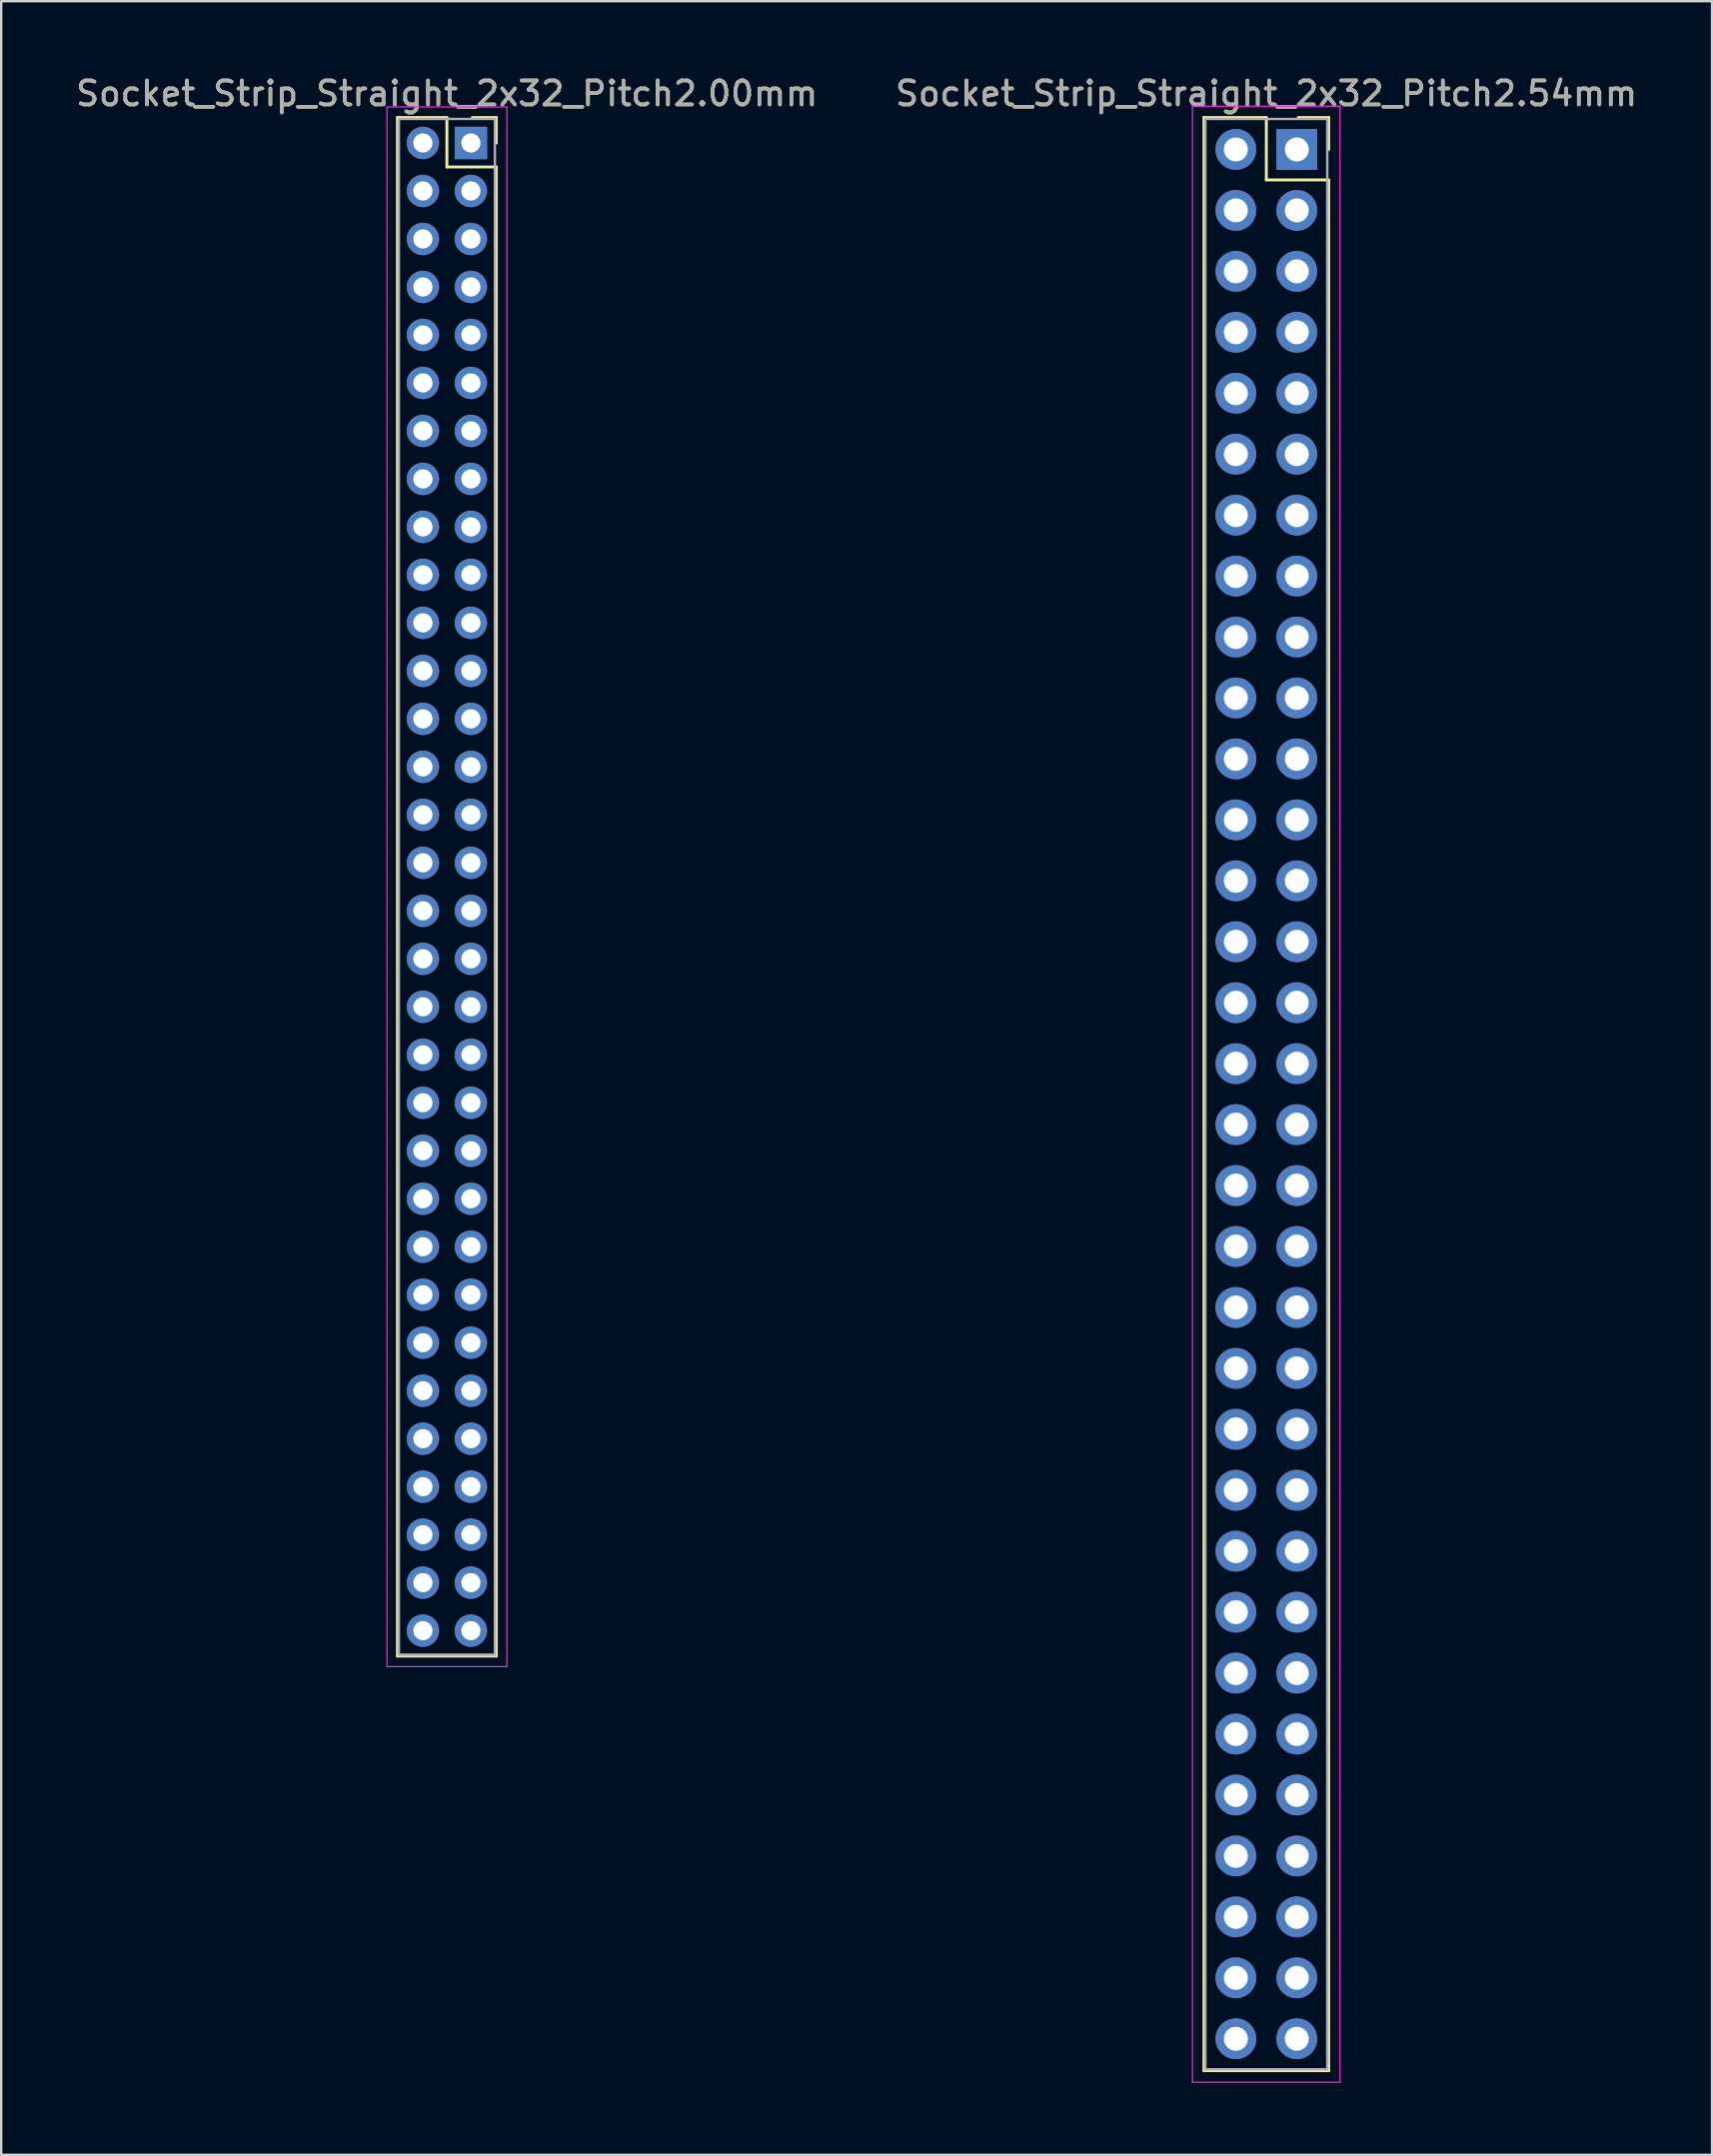
<source format=kicad_pcb>
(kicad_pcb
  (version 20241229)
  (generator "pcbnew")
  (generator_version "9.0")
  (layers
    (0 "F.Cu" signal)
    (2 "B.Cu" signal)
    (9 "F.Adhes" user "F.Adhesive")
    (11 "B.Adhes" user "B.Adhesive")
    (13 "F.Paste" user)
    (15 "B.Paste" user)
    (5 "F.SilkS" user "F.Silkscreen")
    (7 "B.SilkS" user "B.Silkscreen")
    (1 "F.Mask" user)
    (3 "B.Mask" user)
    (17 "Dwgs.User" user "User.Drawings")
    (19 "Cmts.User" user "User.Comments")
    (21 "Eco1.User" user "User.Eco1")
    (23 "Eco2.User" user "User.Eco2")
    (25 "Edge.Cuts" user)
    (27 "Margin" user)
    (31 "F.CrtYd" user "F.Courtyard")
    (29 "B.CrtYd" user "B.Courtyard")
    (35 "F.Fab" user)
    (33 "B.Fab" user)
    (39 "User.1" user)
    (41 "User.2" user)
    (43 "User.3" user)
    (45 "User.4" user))
  (footprint "Socket_Strip_Straight_2x32_Pitch2.54mm"
    (layer "F.Cu")
    (at 51.002 3.178)
    (property "Reference" "Socket_Strip_Straight_2x32_Pitch2.54mm" (at -1.27 -2.33 0) (layer "F.SilkS") (effects (font (size 1 1) (thickness 0.15))))
    (attr through_hole)
    (fp_line (start -3.87 -1.33) (end -1.27 -1.33) (stroke (width 0.12) (type solid)) (layer "F.SilkS"))
    (fp_line (start -3.87 80.07) (end -3.87 -1.33) (stroke (width 0.12) (type solid)) (layer "F.SilkS"))
    (fp_line (start -1.27 -1.33) (end -1.27 1.27) (stroke (width 0.12) (type solid)) (layer "F.SilkS"))
    (fp_line (start -1.27 1.27) (end 1.33 1.27) (stroke (width 0.12) (type solid)) (layer "F.SilkS"))
    (fp_line (start 1.33 -1.33) (end 0.06 -1.33) (stroke (width 0.12) (type solid)) (layer "F.SilkS"))
    (fp_line (start 1.33 0) (end 1.33 -1.33) (stroke (width 0.12) (type solid)) (layer "F.SilkS"))
    (fp_line (start 1.33 1.27) (end 1.33 80.07) (stroke (width 0.12) (type solid)) (layer "F.SilkS"))
    (fp_line (start 1.33 80.07) (end -3.87 80.07) (stroke (width 0.12) (type solid)) (layer "F.SilkS"))
    (fp_line (start -4.35 -1.8) (end -4.35 80.55) (stroke (width 0.05) (type solid)) (layer "F.CrtYd"))
    (fp_line (start -4.35 80.55) (end 1.8 80.55) (stroke (width 0.05) (type solid)) (layer "F.CrtYd"))
    (fp_line (start 1.8 -1.8) (end -4.35 -1.8) (stroke (width 0.05) (type solid)) (layer "F.CrtYd"))
    (fp_line (start 1.8 80.55) (end 1.8 -1.8) (stroke (width 0.05) (type solid)) (layer "F.CrtYd"))
    (fp_line (start -3.81 -1.27) (end -3.81 80.01) (stroke (width 0.1) (type solid)) (layer "F.Fab"))
    (fp_line (start -3.81 80.01) (end 1.27 80.01) (stroke (width 0.1) (type solid)) (layer "F.Fab"))
    (fp_line (start 1.27 -1.27) (end -3.81 -1.27) (stroke (width 0.1) (type solid)) (layer "F.Fab"))
    (fp_line (start 1.27 80.01) (end 1.27 -1.27) (stroke (width 0.1) (type solid)) (layer "F.Fab"))
    (fp_text user "${REFERENCE}" (at -1.27 -2.33 0) (layer "F.Fab") (effects (font (size 1 1) (thickness 0.15))))
    (pad "1" thru_hole rect (at 0 0) (size 1.7 1.7) (drill 1) (layers "*.Cu" "*.Mask"))
    (pad "2" thru_hole oval (at -2.54 0) (size 1.7 1.7) (drill 1) (layers "*.Cu" "*.Mask"))
    (pad "3" thru_hole oval (at 0 2.54) (size 1.7 1.7) (drill 1) (layers "*.Cu" "*.Mask"))
    (pad "4" thru_hole oval (at -2.54 2.54) (size 1.7 1.7) (drill 1) (layers "*.Cu" "*.Mask"))
    (pad "5" thru_hole oval (at 0 5.08) (size 1.7 1.7) (drill 1) (layers "*.Cu" "*.Mask"))
    (pad "6" thru_hole oval (at -2.54 5.08) (size 1.7 1.7) (drill 1) (layers "*.Cu" "*.Mask"))
    (pad "7" thru_hole oval (at 0 7.62) (size 1.7 1.7) (drill 1) (layers "*.Cu" "*.Mask"))
    (pad "8" thru_hole oval (at -2.54 7.62) (size 1.7 1.7) (drill 1) (layers "*.Cu" "*.Mask"))
    (pad "9" thru_hole oval (at 0 10.16) (size 1.7 1.7) (drill 1) (layers "*.Cu" "*.Mask"))
    (pad "10" thru_hole oval (at -2.54 10.16) (size 1.7 1.7) (drill 1) (layers "*.Cu" "*.Mask"))
    (pad "11" thru_hole oval (at 0 12.7) (size 1.7 1.7) (drill 1) (layers "*.Cu" "*.Mask"))
    (pad "12" thru_hole oval (at -2.54 12.7) (size 1.7 1.7) (drill 1) (layers "*.Cu" "*.Mask"))
    (pad "13" thru_hole oval (at 0 15.24) (size 1.7 1.7) (drill 1) (layers "*.Cu" "*.Mask"))
    (pad "14" thru_hole oval (at -2.54 15.24) (size 1.7 1.7) (drill 1) (layers "*.Cu" "*.Mask"))
    (pad "15" thru_hole oval (at 0 17.78) (size 1.7 1.7) (drill 1) (layers "*.Cu" "*.Mask"))
    (pad "16" thru_hole oval (at -2.54 17.78) (size 1.7 1.7) (drill 1) (layers "*.Cu" "*.Mask"))
    (pad "17" thru_hole oval (at 0 20.32) (size 1.7 1.7) (drill 1) (layers "*.Cu" "*.Mask"))
    (pad "18" thru_hole oval (at -2.54 20.32) (size 1.7 1.7) (drill 1) (layers "*.Cu" "*.Mask"))
    (pad "19" thru_hole oval (at 0 22.86) (size 1.7 1.7) (drill 1) (layers "*.Cu" "*.Mask"))
    (pad "20" thru_hole oval (at -2.54 22.86) (size 1.7 1.7) (drill 1) (layers "*.Cu" "*.Mask"))
    (pad "21" thru_hole oval (at 0 25.4) (size 1.7 1.7) (drill 1) (layers "*.Cu" "*.Mask"))
    (pad "22" thru_hole oval (at -2.54 25.4) (size 1.7 1.7) (drill 1) (layers "*.Cu" "*.Mask"))
    (pad "23" thru_hole oval (at 0 27.94) (size 1.7 1.7) (drill 1) (layers "*.Cu" "*.Mask"))
    (pad "24" thru_hole oval (at -2.54 27.94) (size 1.7 1.7) (drill 1) (layers "*.Cu" "*.Mask"))
    (pad "25" thru_hole oval (at 0 30.48) (size 1.7 1.7) (drill 1) (layers "*.Cu" "*.Mask"))
    (pad "26" thru_hole oval (at -2.54 30.48) (size 1.7 1.7) (drill 1) (layers "*.Cu" "*.Mask"))
    (pad "27" thru_hole oval (at 0 33.02) (size 1.7 1.7) (drill 1) (layers "*.Cu" "*.Mask"))
    (pad "28" thru_hole oval (at -2.54 33.02) (size 1.7 1.7) (drill 1) (layers "*.Cu" "*.Mask"))
    (pad "29" thru_hole oval (at 0 35.56) (size 1.7 1.7) (drill 1) (layers "*.Cu" "*.Mask"))
    (pad "30" thru_hole oval (at -2.54 35.56) (size 1.7 1.7) (drill 1) (layers "*.Cu" "*.Mask"))
    (pad "31" thru_hole oval (at 0 38.1) (size 1.7 1.7) (drill 1) (layers "*.Cu" "*.Mask"))
    (pad "32" thru_hole oval (at -2.54 38.1) (size 1.7 1.7) (drill 1) (layers "*.Cu" "*.Mask"))
    (pad "33" thru_hole oval (at 0 40.64) (size 1.7 1.7) (drill 1) (layers "*.Cu" "*.Mask"))
    (pad "34" thru_hole oval (at -2.54 40.64) (size 1.7 1.7) (drill 1) (layers "*.Cu" "*.Mask"))
    (pad "35" thru_hole oval (at 0 43.18) (size 1.7 1.7) (drill 1) (layers "*.Cu" "*.Mask"))
    (pad "36" thru_hole oval (at -2.54 43.18) (size 1.7 1.7) (drill 1) (layers "*.Cu" "*.Mask"))
    (pad "37" thru_hole oval (at 0 45.72) (size 1.7 1.7) (drill 1) (layers "*.Cu" "*.Mask"))
    (pad "38" thru_hole oval (at -2.54 45.72) (size 1.7 1.7) (drill 1) (layers "*.Cu" "*.Mask"))
    (pad "39" thru_hole oval (at 0 48.26) (size 1.7 1.7) (drill 1) (layers "*.Cu" "*.Mask"))
    (pad "40" thru_hole oval (at -2.54 48.26) (size 1.7 1.7) (drill 1) (layers "*.Cu" "*.Mask"))
    (pad "41" thru_hole oval (at 0 50.8) (size 1.7 1.7) (drill 1) (layers "*.Cu" "*.Mask"))
    (pad "42" thru_hole oval (at -2.54 50.8) (size 1.7 1.7) (drill 1) (layers "*.Cu" "*.Mask"))
    (pad "43" thru_hole oval (at 0 53.34) (size 1.7 1.7) (drill 1) (layers "*.Cu" "*.Mask"))
    (pad "44" thru_hole oval (at -2.54 53.34) (size 1.7 1.7) (drill 1) (layers "*.Cu" "*.Mask"))
    (pad "45" thru_hole oval (at 0 55.88) (size 1.7 1.7) (drill 1) (layers "*.Cu" "*.Mask"))
    (pad "46" thru_hole oval (at -2.54 55.88) (size 1.7 1.7) (drill 1) (layers "*.Cu" "*.Mask"))
    (pad "47" thru_hole oval (at 0 58.42) (size 1.7 1.7) (drill 1) (layers "*.Cu" "*.Mask"))
    (pad "48" thru_hole oval (at -2.54 58.42) (size 1.7 1.7) (drill 1) (layers "*.Cu" "*.Mask"))
    (pad "49" thru_hole oval (at 0 60.96) (size 1.7 1.7) (drill 1) (layers "*.Cu" "*.Mask"))
    (pad "50" thru_hole oval (at -2.54 60.96) (size 1.7 1.7) (drill 1) (layers "*.Cu" "*.Mask"))
    (pad "51" thru_hole oval (at 0 63.5) (size 1.7 1.7) (drill 1) (layers "*.Cu" "*.Mask"))
    (pad "52" thru_hole oval (at -2.54 63.5) (size 1.7 1.7) (drill 1) (layers "*.Cu" "*.Mask"))
    (pad "53" thru_hole oval (at 0 66.04) (size 1.7 1.7) (drill 1) (layers "*.Cu" "*.Mask"))
    (pad "54" thru_hole oval (at -2.54 66.04) (size 1.7 1.7) (drill 1) (layers "*.Cu" "*.Mask"))
    (pad "55" thru_hole oval (at 0 68.58) (size 1.7 1.7) (drill 1) (layers "*.Cu" "*.Mask"))
    (pad "56" thru_hole oval (at -2.54 68.58) (size 1.7 1.7) (drill 1) (layers "*.Cu" "*.Mask"))
    (pad "57" thru_hole oval (at 0 71.12) (size 1.7 1.7) (drill 1) (layers "*.Cu" "*.Mask"))
    (pad "58" thru_hole oval (at -2.54 71.12) (size 1.7 1.7) (drill 1) (layers "*.Cu" "*.Mask"))
    (pad "59" thru_hole oval (at 0 73.66) (size 1.7 1.7) (drill 1) (layers "*.Cu" "*.Mask"))
    (pad "60" thru_hole oval (at -2.54 73.66) (size 1.7 1.7) (drill 1) (layers "*.Cu" "*.Mask"))
    (pad "61" thru_hole oval (at 0 76.2) (size 1.7 1.7) (drill 1) (layers "*.Cu" "*.Mask"))
    (pad "62" thru_hole oval (at -2.54 76.2) (size 1.7 1.7) (drill 1) (layers "*.Cu" "*.Mask"))
    (pad "63" thru_hole oval (at 0 78.74) (size 1.7 1.7) (drill 1) (layers "*.Cu" "*.Mask"))
    (pad "64" thru_hole oval (at -2.54 78.74) (size 1.7 1.7) (drill 1) (layers "*.Cu" "*.Mask")))
  (footprint "Socket_Strip_Straight_2x32_Pitch2.00mm"
    (layer "F.Cu")
    (at 16.577 2.908)
    (property "Reference" "Socket_Strip_Straight_2x32_Pitch2.00mm" (at -1 -2.06 0) (layer "F.SilkS") (effects (font (size 1 1) (thickness 0.15))))
    (attr through_hole)
    (fp_line (start -3.06 -1.06) (end -1 -1.06) (stroke (width 0.12) (type solid)) (layer "F.SilkS"))
    (fp_line (start -3.06 63.06) (end -3.06 -1.06) (stroke (width 0.12) (type solid)) (layer "F.SilkS"))
    (fp_line (start -1 -1.06) (end -1 1) (stroke (width 0.12) (type solid)) (layer "F.SilkS"))
    (fp_line (start -1 1) (end 1.06 1) (stroke (width 0.12) (type solid)) (layer "F.SilkS"))
    (fp_line (start 1.06 -1.06) (end 0.06 -1.06) (stroke (width 0.12) (type solid)) (layer "F.SilkS"))
    (fp_line (start 1.06 0) (end 1.06 -1.06) (stroke (width 0.12) (type solid)) (layer "F.SilkS"))
    (fp_line (start 1.06 1) (end 1.06 63.06) (stroke (width 0.12) (type solid)) (layer "F.SilkS"))
    (fp_line (start 1.06 63.06) (end -3.06 63.06) (stroke (width 0.12) (type solid)) (layer "F.SilkS"))
    (fp_line (start -3.5 -1.5) (end -3.5 63.5) (stroke (width 0.05) (type solid)) (layer "F.CrtYd"))
    (fp_line (start -3.5 63.5) (end 1.5 63.5) (stroke (width 0.05) (type solid)) (layer "F.CrtYd"))
    (fp_line (start 1.5 -1.5) (end -3.5 -1.5) (stroke (width 0.05) (type solid)) (layer "F.CrtYd"))
    (fp_line (start 1.5 63.5) (end 1.5 -1.5) (stroke (width 0.05) (type solid)) (layer "F.CrtYd"))
    (fp_line (start -3 -1) (end -3 63) (stroke (width 0.1) (type solid)) (layer "F.Fab"))
    (fp_line (start -3 63) (end 1 63) (stroke (width 0.1) (type solid)) (layer "F.Fab"))
    (fp_line (start 1 -1) (end -3 -1) (stroke (width 0.1) (type solid)) (layer "F.Fab"))
    (fp_line (start 1 63) (end 1 -1) (stroke (width 0.1) (type solid)) (layer "F.Fab"))
    (fp_text user "${REFERENCE}" (at -1 -2.06 0) (layer "F.Fab") (effects (font (size 1 1) (thickness 0.15))))
    (pad "1" thru_hole rect (at 0 0) (size 1.35 1.35) (drill 0.8) (layers "*.Cu" "*.Mask"))
    (pad "2" thru_hole oval (at -2 0) (size 1.35 1.35) (drill 0.8) (layers "*.Cu" "*.Mask"))
    (pad "3" thru_hole oval (at 0 2) (size 1.35 1.35) (drill 0.8) (layers "*.Cu" "*.Mask"))
    (pad "4" thru_hole oval (at -2 2) (size 1.35 1.35) (drill 0.8) (layers "*.Cu" "*.Mask"))
    (pad "5" thru_hole oval (at 0 4) (size 1.35 1.35) (drill 0.8) (layers "*.Cu" "*.Mask"))
    (pad "6" thru_hole oval (at -2 4) (size 1.35 1.35) (drill 0.8) (layers "*.Cu" "*.Mask"))
    (pad "7" thru_hole oval (at 0 6) (size 1.35 1.35) (drill 0.8) (layers "*.Cu" "*.Mask"))
    (pad "8" thru_hole oval (at -2 6) (size 1.35 1.35) (drill 0.8) (layers "*.Cu" "*.Mask"))
    (pad "9" thru_hole oval (at 0 8) (size 1.35 1.35) (drill 0.8) (layers "*.Cu" "*.Mask"))
    (pad "10" thru_hole oval (at -2 8) (size 1.35 1.35) (drill 0.8) (layers "*.Cu" "*.Mask"))
    (pad "11" thru_hole oval (at 0 10) (size 1.35 1.35) (drill 0.8) (layers "*.Cu" "*.Mask"))
    (pad "12" thru_hole oval (at -2 10) (size 1.35 1.35) (drill 0.8) (layers "*.Cu" "*.Mask"))
    (pad "13" thru_hole oval (at 0 12) (size 1.35 1.35) (drill 0.8) (layers "*.Cu" "*.Mask"))
    (pad "14" thru_hole oval (at -2 12) (size 1.35 1.35) (drill 0.8) (layers "*.Cu" "*.Mask"))
    (pad "15" thru_hole oval (at 0 14) (size 1.35 1.35) (drill 0.8) (layers "*.Cu" "*.Mask"))
    (pad "16" thru_hole oval (at -2 14) (size 1.35 1.35) (drill 0.8) (layers "*.Cu" "*.Mask"))
    (pad "17" thru_hole oval (at 0 16) (size 1.35 1.35) (drill 0.8) (layers "*.Cu" "*.Mask"))
    (pad "18" thru_hole oval (at -2 16) (size 1.35 1.35) (drill 0.8) (layers "*.Cu" "*.Mask"))
    (pad "19" thru_hole oval (at 0 18) (size 1.35 1.35) (drill 0.8) (layers "*.Cu" "*.Mask"))
    (pad "20" thru_hole oval (at -2 18) (size 1.35 1.35) (drill 0.8) (layers "*.Cu" "*.Mask"))
    (pad "21" thru_hole oval (at 0 20) (size 1.35 1.35) (drill 0.8) (layers "*.Cu" "*.Mask"))
    (pad "22" thru_hole oval (at -2 20) (size 1.35 1.35) (drill 0.8) (layers "*.Cu" "*.Mask"))
    (pad "23" thru_hole oval (at 0 22) (size 1.35 1.35) (drill 0.8) (layers "*.Cu" "*.Mask"))
    (pad "24" thru_hole oval (at -2 22) (size 1.35 1.35) (drill 0.8) (layers "*.Cu" "*.Mask"))
    (pad "25" thru_hole oval (at 0 24) (size 1.35 1.35) (drill 0.8) (layers "*.Cu" "*.Mask"))
    (pad "26" thru_hole oval (at -2 24) (size 1.35 1.35) (drill 0.8) (layers "*.Cu" "*.Mask"))
    (pad "27" thru_hole oval (at 0 26) (size 1.35 1.35) (drill 0.8) (layers "*.Cu" "*.Mask"))
    (pad "28" thru_hole oval (at -2 26) (size 1.35 1.35) (drill 0.8) (layers "*.Cu" "*.Mask"))
    (pad "29" thru_hole oval (at 0 28) (size 1.35 1.35) (drill 0.8) (layers "*.Cu" "*.Mask"))
    (pad "30" thru_hole oval (at -2 28) (size 1.35 1.35) (drill 0.8) (layers "*.Cu" "*.Mask"))
    (pad "31" thru_hole oval (at 0 30) (size 1.35 1.35) (drill 0.8) (layers "*.Cu" "*.Mask"))
    (pad "32" thru_hole oval (at -2 30) (size 1.35 1.35) (drill 0.8) (layers "*.Cu" "*.Mask"))
    (pad "33" thru_hole oval (at 0 32) (size 1.35 1.35) (drill 0.8) (layers "*.Cu" "*.Mask"))
    (pad "34" thru_hole oval (at -2 32) (size 1.35 1.35) (drill 0.8) (layers "*.Cu" "*.Mask"))
    (pad "35" thru_hole oval (at 0 34) (size 1.35 1.35) (drill 0.8) (layers "*.Cu" "*.Mask"))
    (pad "36" thru_hole oval (at -2 34) (size 1.35 1.35) (drill 0.8) (layers "*.Cu" "*.Mask"))
    (pad "37" thru_hole oval (at 0 36) (size 1.35 1.35) (drill 0.8) (layers "*.Cu" "*.Mask"))
    (pad "38" thru_hole oval (at -2 36) (size 1.35 1.35) (drill 0.8) (layers "*.Cu" "*.Mask"))
    (pad "39" thru_hole oval (at 0 38) (size 1.35 1.35) (drill 0.8) (layers "*.Cu" "*.Mask"))
    (pad "40" thru_hole oval (at -2 38) (size 1.35 1.35) (drill 0.8) (layers "*.Cu" "*.Mask"))
    (pad "41" thru_hole oval (at 0 40) (size 1.35 1.35) (drill 0.8) (layers "*.Cu" "*.Mask"))
    (pad "42" thru_hole oval (at -2 40) (size 1.35 1.35) (drill 0.8) (layers "*.Cu" "*.Mask"))
    (pad "43" thru_hole oval (at 0 42) (size 1.35 1.35) (drill 0.8) (layers "*.Cu" "*.Mask"))
    (pad "44" thru_hole oval (at -2 42) (size 1.35 1.35) (drill 0.8) (layers "*.Cu" "*.Mask"))
    (pad "45" thru_hole oval (at 0 44) (size 1.35 1.35) (drill 0.8) (layers "*.Cu" "*.Mask"))
    (pad "46" thru_hole oval (at -2 44) (size 1.35 1.35) (drill 0.8) (layers "*.Cu" "*.Mask"))
    (pad "47" thru_hole oval (at 0 46) (size 1.35 1.35) (drill 0.8) (layers "*.Cu" "*.Mask"))
    (pad "48" thru_hole oval (at -2 46) (size 1.35 1.35) (drill 0.8) (layers "*.Cu" "*.Mask"))
    (pad "49" thru_hole oval (at 0 48) (size 1.35 1.35) (drill 0.8) (layers "*.Cu" "*.Mask"))
    (pad "50" thru_hole oval (at -2 48) (size 1.35 1.35) (drill 0.8) (layers "*.Cu" "*.Mask"))
    (pad "51" thru_hole oval (at 0 50) (size 1.35 1.35) (drill 0.8) (layers "*.Cu" "*.Mask"))
    (pad "52" thru_hole oval (at -2 50) (size 1.35 1.35) (drill 0.8) (layers "*.Cu" "*.Mask"))
    (pad "53" thru_hole oval (at 0 52) (size 1.35 1.35) (drill 0.8) (layers "*.Cu" "*.Mask"))
    (pad "54" thru_hole oval (at -2 52) (size 1.35 1.35) (drill 0.8) (layers "*.Cu" "*.Mask"))
    (pad "55" thru_hole oval (at 0 54) (size 1.35 1.35) (drill 0.8) (layers "*.Cu" "*.Mask"))
    (pad "56" thru_hole oval (at -2 54) (size 1.35 1.35) (drill 0.8) (layers "*.Cu" "*.Mask"))
    (pad "57" thru_hole oval (at 0 56) (size 1.35 1.35) (drill 0.8) (layers "*.Cu" "*.Mask"))
    (pad "58" thru_hole oval (at -2 56) (size 1.35 1.35) (drill 0.8) (layers "*.Cu" "*.Mask"))
    (pad "59" thru_hole oval (at 0 58) (size 1.35 1.35) (drill 0.8) (layers "*.Cu" "*.Mask"))
    (pad "60" thru_hole oval (at -2 58) (size 1.35 1.35) (drill 0.8) (layers "*.Cu" "*.Mask"))
    (pad "61" thru_hole oval (at 0 60) (size 1.35 1.35) (drill 0.8) (layers "*.Cu" "*.Mask"))
    (pad "62" thru_hole oval (at -2 60) (size 1.35 1.35) (drill 0.8) (layers "*.Cu" "*.Mask"))
    (pad "63" thru_hole oval (at 0 62) (size 1.35 1.35) (drill 0.8) (layers "*.Cu" "*.Mask"))
    (pad "64" thru_hole oval (at -2 62) (size 1.35 1.35) (drill 0.8) (layers "*.Cu" "*.Mask")))
  (gr_rect
    (start -3 -3)
    (end 68.31 86.753)
    (stroke (width 0.1) (type default))
    (fill no)
    (layer "Edge.Cuts")))
</source>
